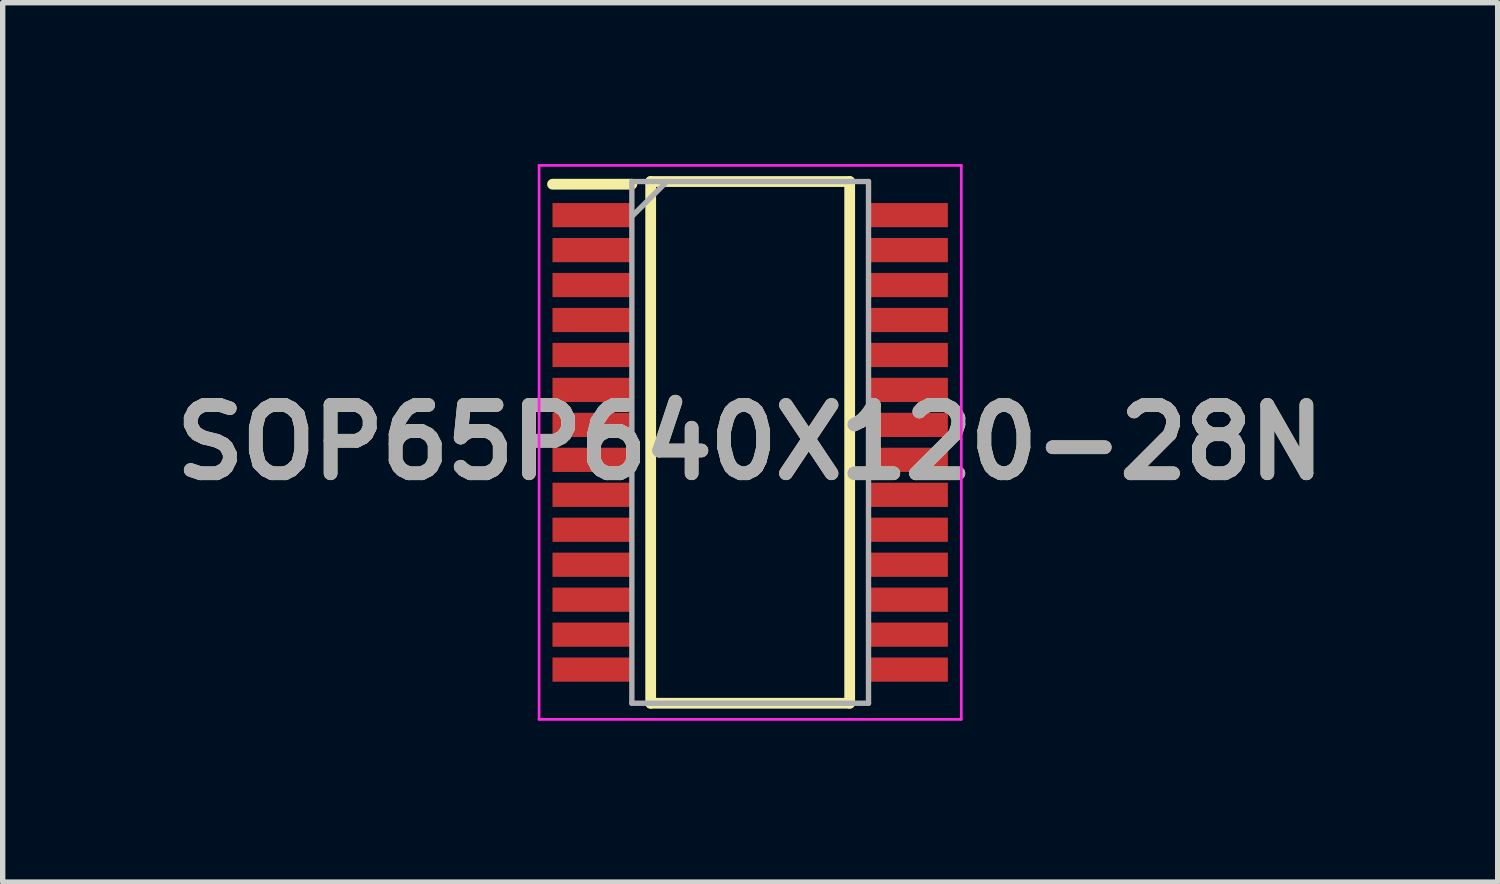
<source format=kicad_pcb>
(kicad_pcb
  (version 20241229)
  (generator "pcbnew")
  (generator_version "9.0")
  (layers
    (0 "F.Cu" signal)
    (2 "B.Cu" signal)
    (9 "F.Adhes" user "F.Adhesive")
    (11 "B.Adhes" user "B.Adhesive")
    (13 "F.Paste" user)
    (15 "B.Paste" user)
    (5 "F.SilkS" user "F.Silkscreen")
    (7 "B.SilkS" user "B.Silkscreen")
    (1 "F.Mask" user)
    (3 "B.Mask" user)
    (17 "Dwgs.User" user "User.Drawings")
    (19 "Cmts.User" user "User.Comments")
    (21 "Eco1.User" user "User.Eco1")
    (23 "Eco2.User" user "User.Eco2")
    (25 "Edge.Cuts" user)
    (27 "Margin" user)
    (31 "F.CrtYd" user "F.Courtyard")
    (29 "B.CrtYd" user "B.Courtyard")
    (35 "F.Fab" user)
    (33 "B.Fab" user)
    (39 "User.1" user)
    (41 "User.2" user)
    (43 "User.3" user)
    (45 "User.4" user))
  (footprint "SOP65P640X120-28N"
    (layer "F.Cu")
    (at 10.898 5.175)
    (property "Reference" "SOP65P640X120-28N" (at 0 0 0) (layer "F.SilkS") (effects (font (size 1.27 1.27) (thickness 0.254))))
    (attr smd)
    (fp_line (start -3.675 -4.8) (end -2.2 -4.8) (stroke (width 0.2) (type solid)) (layer "F.SilkS"))
    (fp_line (start -1.85 -4.85) (end 1.85 -4.85) (stroke (width 0.2) (type solid)) (layer "F.SilkS"))
    (fp_line (start -1.85 4.85) (end -1.85 -4.85) (stroke (width 0.2) (type solid)) (layer "F.SilkS"))
    (fp_line (start 1.85 -4.85) (end 1.85 4.85) (stroke (width 0.2) (type solid)) (layer "F.SilkS"))
    (fp_line (start 1.85 4.85) (end -1.85 4.85) (stroke (width 0.2) (type solid)) (layer "F.SilkS"))
    (fp_line (start -3.925 -5.15) (end 3.925 -5.15) (stroke (width 0.05) (type solid)) (layer "F.CrtYd"))
    (fp_line (start -3.925 5.15) (end -3.925 -5.15) (stroke (width 0.05) (type solid)) (layer "F.CrtYd"))
    (fp_line (start 3.925 -5.15) (end 3.925 5.15) (stroke (width 0.05) (type solid)) (layer "F.CrtYd"))
    (fp_line (start 3.925 5.15) (end -3.925 5.15) (stroke (width 0.05) (type solid)) (layer "F.CrtYd"))
    (fp_line (start -2.2 -4.85) (end 2.2 -4.85) (stroke (width 0.1) (type solid)) (layer "F.Fab"))
    (fp_line (start -2.2 -4.2) (end -1.55 -4.85) (stroke (width 0.1) (type solid)) (layer "F.Fab"))
    (fp_line (start -2.2 4.85) (end -2.2 -4.85) (stroke (width 0.1) (type solid)) (layer "F.Fab"))
    (fp_line (start 2.2 -4.85) (end 2.2 4.85) (stroke (width 0.1) (type solid)) (layer "F.Fab"))
    (fp_line (start 2.2 4.85) (end -2.2 4.85) (stroke (width 0.1) (type solid)) (layer "F.Fab"))
    (fp_text user "${REFERENCE}" (at 0 0 0) (layer "F.Fab") (effects (font (size 1.27 1.27) (thickness 0.254))))
    (pad "1" smd rect (at -2.938 -4.225 90) (size 0.45 1.475) (layers "F.Cu" "F.Mask" "F.Paste"))
    (pad "2" smd rect (at -2.938 -3.575 90) (size 0.45 1.475) (layers "F.Cu" "F.Mask" "F.Paste"))
    (pad "3" smd rect (at -2.938 -2.925 90) (size 0.45 1.475) (layers "F.Cu" "F.Mask" "F.Paste"))
    (pad "4" smd rect (at -2.938 -2.275 90) (size 0.45 1.475) (layers "F.Cu" "F.Mask" "F.Paste"))
    (pad "5" smd rect (at -2.938 -1.625 90) (size 0.45 1.475) (layers "F.Cu" "F.Mask" "F.Paste"))
    (pad "6" smd rect (at -2.938 -0.975 90) (size 0.45 1.475) (layers "F.Cu" "F.Mask" "F.Paste"))
    (pad "7" smd rect (at -2.938 -0.325 90) (size 0.45 1.475) (layers "F.Cu" "F.Mask" "F.Paste"))
    (pad "8" smd rect (at -2.938 0.325 90) (size 0.45 1.475) (layers "F.Cu" "F.Mask" "F.Paste"))
    (pad "9" smd rect (at -2.938 0.975 90) (size 0.45 1.475) (layers "F.Cu" "F.Mask" "F.Paste"))
    (pad "10" smd rect (at -2.938 1.625 90) (size 0.45 1.475) (layers "F.Cu" "F.Mask" "F.Paste"))
    (pad "11" smd rect (at -2.938 2.275 90) (size 0.45 1.475) (layers "F.Cu" "F.Mask" "F.Paste"))
    (pad "12" smd rect (at -2.938 2.925 90) (size 0.45 1.475) (layers "F.Cu" "F.Mask" "F.Paste"))
    (pad "13" smd rect (at -2.938 3.575 90) (size 0.45 1.475) (layers "F.Cu" "F.Mask" "F.Paste"))
    (pad "14" smd rect (at -2.938 4.225 90) (size 0.45 1.475) (layers "F.Cu" "F.Mask" "F.Paste"))
    (pad "15" smd rect (at 2.938 4.225 90) (size 0.45 1.475) (layers "F.Cu" "F.Mask" "F.Paste"))
    (pad "16" smd rect (at 2.938 3.575 90) (size 0.45 1.475) (layers "F.Cu" "F.Mask" "F.Paste"))
    (pad "17" smd rect (at 2.938 2.925 90) (size 0.45 1.475) (layers "F.Cu" "F.Mask" "F.Paste"))
    (pad "18" smd rect (at 2.938 2.275 90) (size 0.45 1.475) (layers "F.Cu" "F.Mask" "F.Paste"))
    (pad "19" smd rect (at 2.938 1.625 90) (size 0.45 1.475) (layers "F.Cu" "F.Mask" "F.Paste"))
    (pad "20" smd rect (at 2.938 0.975 90) (size 0.45 1.475) (layers "F.Cu" "F.Mask" "F.Paste"))
    (pad "21" smd rect (at 2.938 0.325 90) (size 0.45 1.475) (layers "F.Cu" "F.Mask" "F.Paste"))
    (pad "22" smd rect (at 2.938 -0.325 90) (size 0.45 1.475) (layers "F.Cu" "F.Mask" "F.Paste"))
    (pad "23" smd rect (at 2.938 -0.975 90) (size 0.45 1.475) (layers "F.Cu" "F.Mask" "F.Paste"))
    (pad "24" smd rect (at 2.938 -1.625 90) (size 0.45 1.475) (layers "F.Cu" "F.Mask" "F.Paste"))
    (pad "25" smd rect (at 2.938 -2.275 90) (size 0.45 1.475) (layers "F.Cu" "F.Mask" "F.Paste"))
    (pad "26" smd rect (at 2.938 -2.925 90) (size 0.45 1.475) (layers "F.Cu" "F.Mask" "F.Paste"))
    (pad "27" smd rect (at 2.938 -3.575 90) (size 0.45 1.475) (layers "F.Cu" "F.Mask" "F.Paste"))
    (pad "28" smd rect (at 2.938 -4.225 90) (size 0.45 1.475) (layers "F.Cu" "F.Mask" "F.Paste")))
  (gr_rect
    (start -3 -3)
    (end 24.796 13.35)
    (stroke (width 0.1) (type default))
    (fill no)
    (layer "Edge.Cuts")))
</source>
